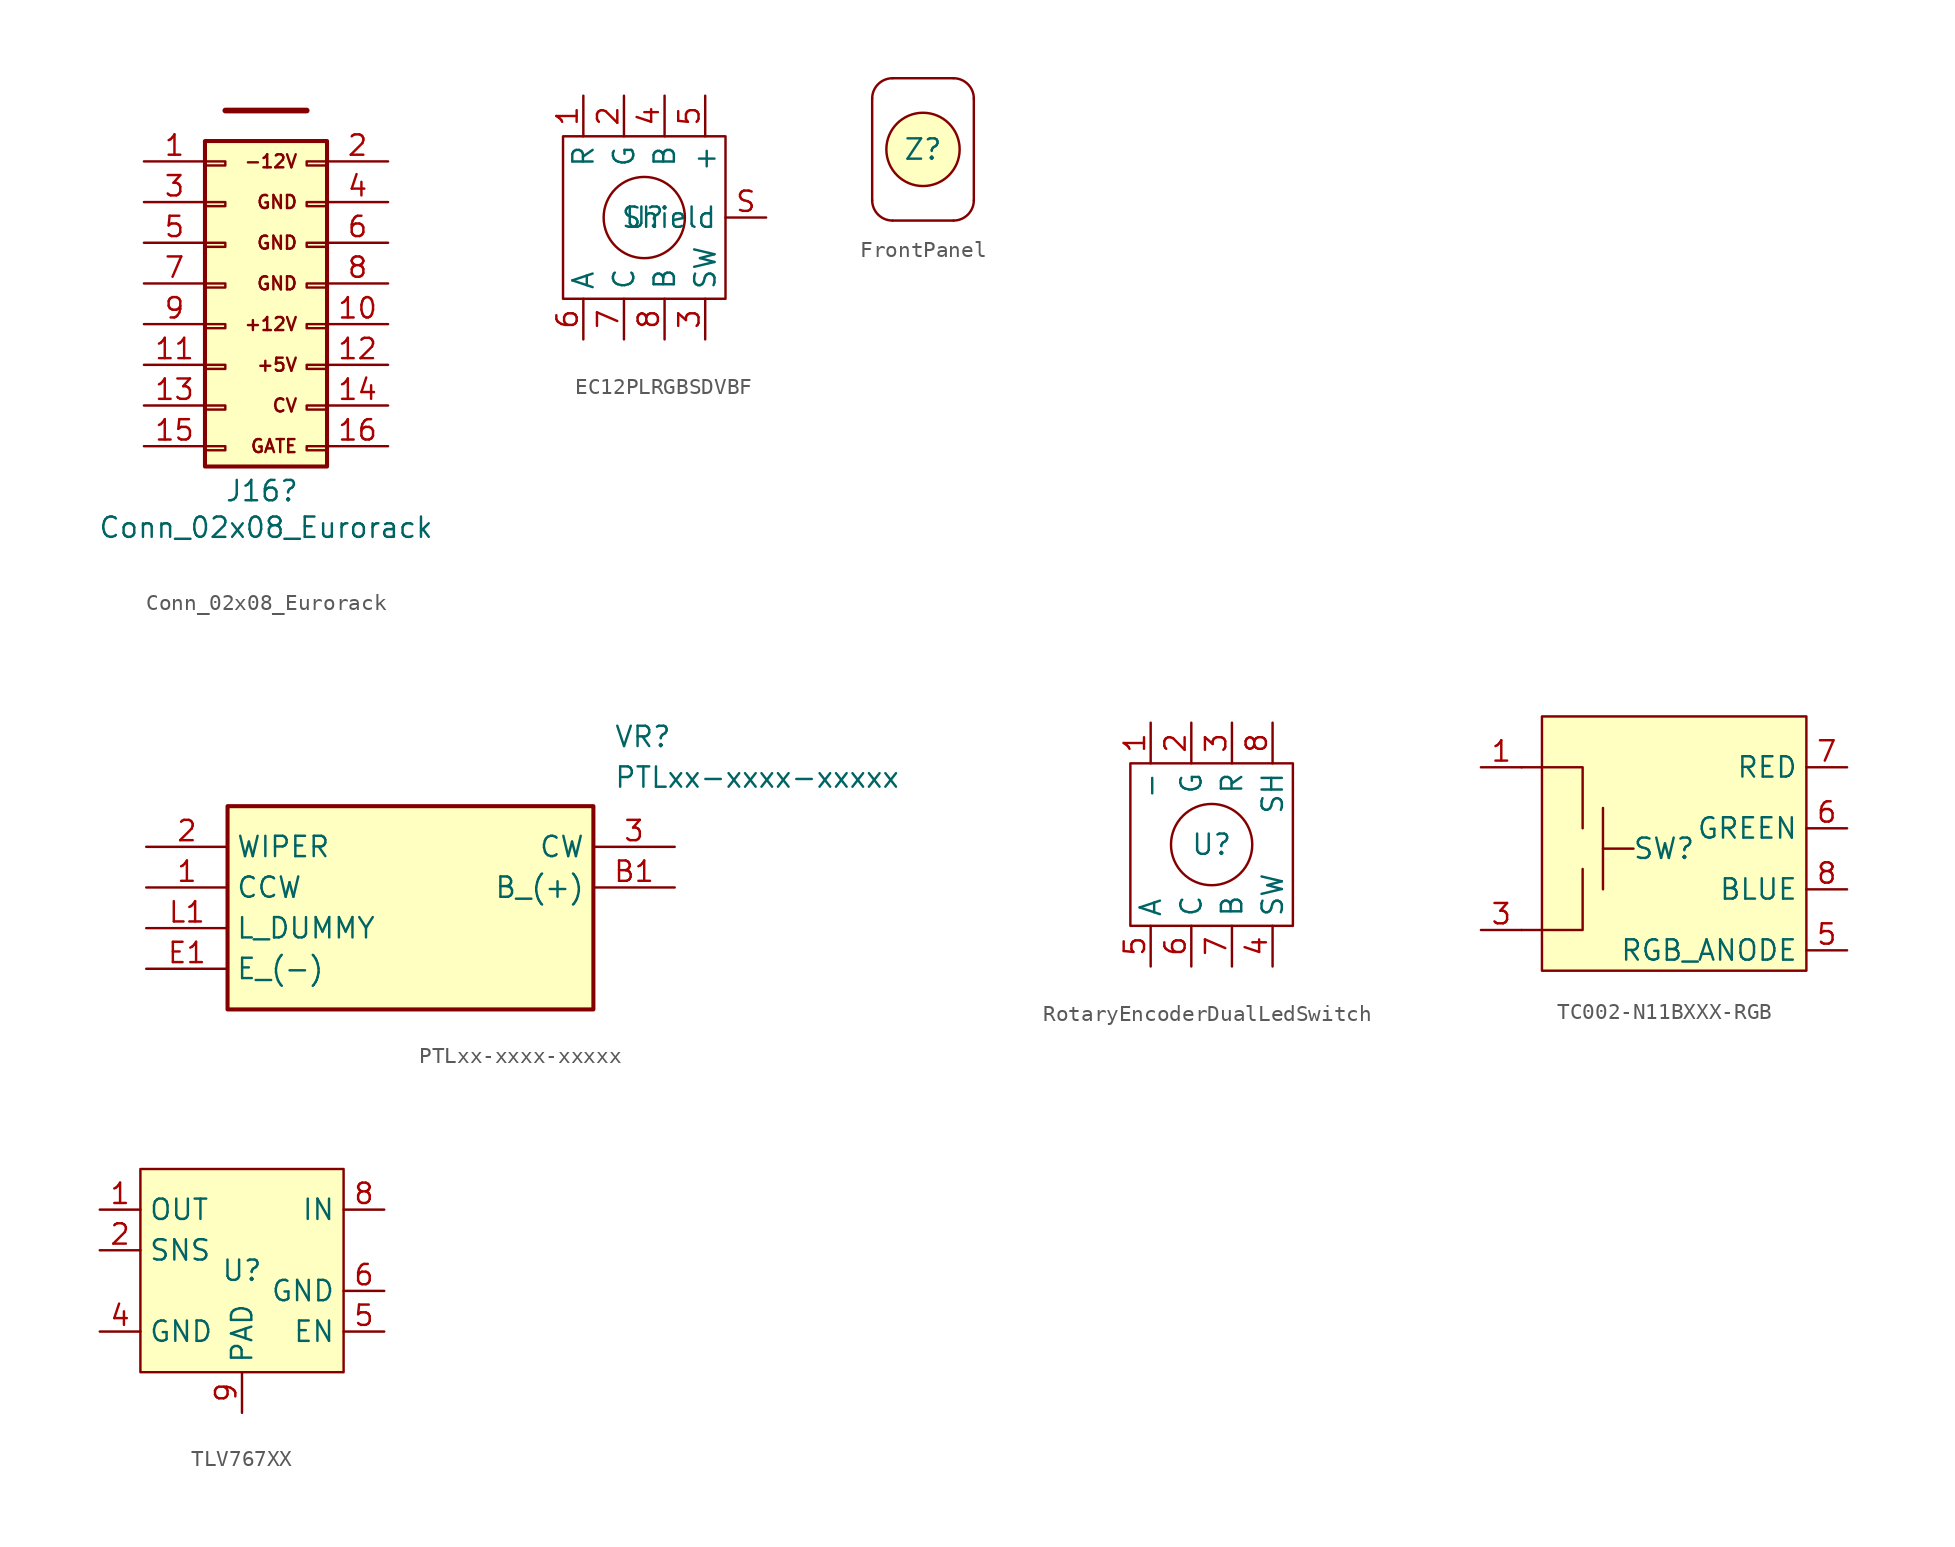
<source format=kicad_sym>
(kicad_symbol_lib
  (version 20231120)
  (generator "kicad_symbol_editor")
  (generator_version "8.0")
  (symbol "Conn_02x08_Eurorack"
    (pin_names
      (offset 1.016) hide)
    (property "Reference" "J16"
      (at 1.016 -12.954 0)
      (effects (font (size 1.27 1.27))))
    (property "Value" "Conn_02x08_Eurorack"
      (at 1.27 -15.24 0)
      (effects (font (size 1.27 1.27))))
    (symbol "Conn_02x08_Eurorack_1_1"
      (rectangle (start -2.54 -10.16) (end -1.27 -10.414) (stroke (width 0.152) (type default)) (fill (type none)))
      (rectangle (start -2.54 -7.62) (end -1.27 -7.874) (stroke (width 0.152) (type default)) (fill (type none)))
      (rectangle (start -2.54 -5.08) (end -1.27 -5.334) (stroke (width 0.152) (type default)) (fill (type none)))
      (rectangle (start -2.54 -2.54) (end -1.27 -2.794) (stroke (width 0.152) (type default)) (fill (type none)))
      (rectangle (start -2.54 0) (end -1.27 -0.254) (stroke (width 0.152) (type default)) (fill (type none)))
      (rectangle (start -2.54 2.54) (end -1.27 2.286) (stroke (width 0.152) (type default)) (fill (type none)))
      (rectangle (start -2.54 5.08) (end -1.27 4.826) (stroke (width 0.152) (type default)) (fill (type none)))
      (rectangle (start -2.54 7.62) (end -1.27 7.366) (stroke (width 0.152) (type default)) (fill (type none)))
      (rectangle (start -2.54 8.89) (end 5.08 -11.43) (stroke (width 0.254) (type default)) (fill (type background)))
      (polyline (pts (xy -1.27 10.795) (xy 3.81 10.795)) (stroke (width 0.356) (type default)) (fill (type none)))
      (rectangle (start 5.08 -10.16) (end 3.81 -10.414) (stroke (width 0.152) (type default)) (fill (type none)))
      (rectangle (start 5.08 -7.62) (end 3.81 -7.874) (stroke (width 0.152) (type default)) (fill (type none)))
      (rectangle (start 5.08 -5.08) (end 3.81 -5.334) (stroke (width 0.152) (type default)) (fill (type none)))
      (rectangle (start 5.08 -2.54) (end 3.81 -2.794) (stroke (width 0.152) (type default)) (fill (type none)))
      (rectangle (start 5.08 0) (end 3.81 -0.254) (stroke (width 0.152) (type default)) (fill (type none)))
      (rectangle (start 5.08 2.54) (end 3.81 2.286) (stroke (width 0.152) (type default)) (fill (type none)))
      (rectangle (start 5.08 5.08) (end 3.81 4.826) (stroke (width 0.152) (type default)) (fill (type none)))
      (rectangle (start 5.08 7.62) (end 3.81 7.366) (stroke (width 0.152) (type default)) (fill (type none)))
      (text "+12V" (at 3.302 -2.54 0) (effects (font (size 0.813 0.813)) (justify right)))
      (text "+5V" (at 3.302 -5.08 0) (effects (font (size 0.813 0.813)) (justify right)))
      (text "-12V" (at 3.302 7.62 0) (effects (font (size 0.813 0.813)) (justify right)))
      (text "CV" (at 3.302 -7.62 0) (effects (font (size 0.813 0.813)) (justify right)))
      (text "GATE" (at 3.302 -10.16 0) (effects (font (size 0.813 0.813)) (justify right)))
      (text "GND" (at 3.302 0 0) (effects (font (size 0.813 0.813)) (justify right)))
      (text "GND" (at 3.302 2.54 0) (effects (font (size 0.813 0.813)) (justify right)))
      (text "GND" (at 3.302 5.08 0) (effects (font (size 0.813 0.813)) (justify right)))
      (pin passive line (at -6.35 7.62 0) (length 3.81) (name "Pin_1" (effects (font (size 1.27 1.27)))) (number "1" (effects (font (size 1.27 1.27)))))
      (pin passive line (at 8.89 -2.54 180) (length 3.81) (name "Pin_10" (effects (font (size 1.27 1.27)))) (number "10" (effects (font (size 1.27 1.27)))))
      (pin passive line (at -6.35 -5.08 0) (length 3.81) (name "Pin_11" (effects (font (size 1.27 1.27)))) (number "11" (effects (font (size 1.27 1.27)))))
      (pin passive line (at 8.89 -5.08 180) (length 3.81) (name "Pin_12" (effects (font (size 1.27 1.27)))) (number "12" (effects (font (size 1.27 1.27)))))
      (pin passive line (at -6.35 -7.62 0) (length 3.81) (name "Pin_13" (effects (font (size 1.27 1.27)))) (number "13" (effects (font (size 1.27 1.27)))))
      (pin passive line (at 8.89 -7.62 180) (length 3.81) (name "Pin_14" (effects (font (size 1.27 1.27)))) (number "14" (effects (font (size 1.27 1.27)))))
      (pin passive line (at -6.35 -10.16 0) (length 3.81) (name "Pin_15" (effects (font (size 1.27 1.27)))) (number "15" (effects (font (size 1.27 1.27)))))
      (pin passive line (at 8.89 -10.16 180) (length 3.81) (name "Pin_16" (effects (font (size 1.27 1.27)))) (number "16" (effects (font (size 1.27 1.27)))))
      (pin passive line (at 8.89 7.62 180) (length 3.81) (name "Pin_2" (effects (font (size 1.27 1.27)))) (number "2" (effects (font (size 1.27 1.27)))))
      (pin passive line (at -6.35 5.08 0) (length 3.81) (name "Pin_3" (effects (font (size 1.27 1.27)))) (number "3" (effects (font (size 1.27 1.27)))))
      (pin passive line (at 8.89 5.08 180) (length 3.81) (name "Pin_4" (effects (font (size 1.27 1.27)))) (number "4" (effects (font (size 1.27 1.27)))))
      (pin passive line (at -6.35 2.54 0) (length 3.81) (name "Pin_5" (effects (font (size 1.27 1.27)))) (number "5" (effects (font (size 1.27 1.27)))))
      (pin passive line (at 8.89 2.54 180) (length 3.81) (name "Pin_6" (effects (font (size 1.27 1.27)))) (number "6" (effects (font (size 1.27 1.27)))))
      (pin passive line (at -6.35 0 0) (length 3.81) (name "Pin_7" (effects (font (size 1.27 1.27)))) (number "7" (effects (font (size 1.27 1.27)))))
      (pin passive line (at 8.89 0 180) (length 3.81) (name "Pin_8" (effects (font (size 1.27 1.27)))) (number "8" (effects (font (size 1.27 1.27)))))
      (pin passive line (at -6.35 -2.54 0) (length 3.81) (name "Pin_9" (effects (font (size 1.27 1.27)))) (number "9" (effects (font (size 1.27 1.27)))))))
  (symbol "EC12PLRGBSDVBF"
    (property "Reference" "U"
      (at 0 0 0)
      (effects (font (size 1.27 1.27))))
    (property "Value" ""
      (at 0 0 0)
      (effects (font (size 1.27 1.27))))
    (symbol "EC12PLRGBSDVBF_0_1"
      (rectangle (start -5.08 5.08) (end 5.08 -5.08) (stroke (width 0) (type default)) (fill (type none)))
      (circle (center 0 0) (radius 2.54) (stroke (width 0) (type default)) (fill (type none))))
    (symbol "EC12PLRGBSDVBF_1_1"
      (pin input line (at -3.81 7.62 270) (length 2.54) (name "R" (effects (font (size 1.27 1.27)))) (number "1" (effects (font (size 1.27 1.27)))))
      (pin input line (at -1.27 7.62 270) (length 2.54) (name "G" (effects (font (size 1.27 1.27)))) (number "2" (effects (font (size 1.27 1.27)))))
      (pin output line (at 3.81 -7.62 90) (length 2.54) (name "SW" (effects (font (size 1.27 1.27)))) (number "3" (effects (font (size 1.27 1.27)))))
      (pin input line (at 1.27 7.62 270) (length 2.54) (name "B" (effects (font (size 1.27 1.27)))) (number "4" (effects (font (size 1.27 1.27)))))
      (pin input line (at 3.81 7.62 270) (length 2.54) (name "+" (effects (font (size 1.27 1.27)))) (number "5" (effects (font (size 1.27 1.27)))))
      (pin output line (at -3.81 -7.62 90) (length 2.54) (name "A" (effects (font (size 1.27 1.27)))) (number "6" (effects (font (size 1.27 1.27)))))
      (pin output line (at -1.27 -7.62 90) (length 2.54) (name "C" (effects (font (size 1.27 1.27)))) (number "7" (effects (font (size 1.27 1.27)))))
      (pin output line (at 1.27 -7.62 90) (length 2.54) (name "B" (effects (font (size 1.27 1.27)))) (number "8" (effects (font (size 1.27 1.27)))))
      (pin passive line (at 7.62 0 180) (length 2.54) (name "Shield" (effects (font (size 1.27 1.27)))) (number "S" (effects (font (size 1.27 1.27)))))))
  (symbol "FrontPanel"
    (property "Reference" "Z"
      (at 0 0 0)
      (effects (font (size 1.27 1.27))))
    (property "Value" ""
      (at 1.27 0.635 0)
      (effects (font (size 1.27 1.27))))
    (symbol "FrontPanel_1_1"
      (arc (start -3.175 -3.175) (mid -2.803 -4.073) (end -1.905 -4.445) (stroke (width 0) (type default)) (fill (type none)))
      (arc (start -1.905 4.445) (mid -2.803 4.073) (end -3.175 3.175) (stroke (width 0) (type default)) (fill (type none)))
      (polyline (pts (xy -3.175 3.175) (xy -3.175 -3.175)) (stroke (width 0) (type default)) (fill (type none)))
      (polyline (pts (xy -1.905 -4.445) (xy 1.905 -4.445)) (stroke (width 0) (type default)) (fill (type none)))
      (polyline (pts (xy -1.905 4.445) (xy 1.905 4.445)) (stroke (width 0) (type default)) (fill (type none)))
      (polyline (pts (xy 3.175 3.175) (xy 3.175 -3.175)) (stroke (width 0) (type default)) (fill (type none)))
      (circle (center 0 0) (radius 2.289) (stroke (width 0) (type default)) (fill (type background)))
      (arc (start 1.905 -4.445) (mid 2.803 -4.073) (end 3.175 -3.175) (stroke (width 0) (type default)) (fill (type none)))
      (arc (start 3.175 3.175) (mid 2.803 4.073) (end 1.905 4.445) (stroke (width 0) (type default)) (fill (type none)))))
  (symbol "PTLxx-xxxx-xxxxx"
    (property "Reference" "VR"
      (at 29.21 7.62 0)
      (effects (font (size 1.27 1.27)) (justify left top)))
    (property "Value" "PTLxx-xxxx-xxxxx"
      (at 29.21 5.08 0)
      (effects (font (size 1.27 1.27)) (justify left top)))
    (symbol "PTLxx-xxxx-xxxxx_1_1"
      (rectangle (start 5.08 2.54) (end 27.94 -10.16) (stroke (width 0.254) (type default)) (fill (type background)))
      (pin passive line (at 0 -2.54 0) (length 5.08) (name "CCW" (effects (font (size 1.27 1.27)))) (number "1" (effects (font (size 1.27 1.27)))))
      (pin passive line (at 0 0 0) (length 5.08) (name "WIPER" (effects (font (size 1.27 1.27)))) (number "2" (effects (font (size 1.27 1.27)))))
      (pin passive line (at 33.02 0 180) (length 5.08) (name "CW" (effects (font (size 1.27 1.27)))) (number "3" (effects (font (size 1.27 1.27)))))
      (pin passive line (at 33.02 -2.54 180) (length 5.08) (name "B_(+)" (effects (font (size 1.27 1.27)))) (number "B1" (effects (font (size 1.27 1.27)))))
      (pin passive line (at 0 -7.62 0) (length 5.08) (name "E_(-)" (effects (font (size 1.27 1.27)))) (number "E1" (effects (font (size 1.27 1.27)))))
      (pin passive line (at 0 -5.08 0) (length 5.08) (name "L_DUMMY" (effects (font (size 1.27 1.27)))) (number "L1" (effects (font (size 1.27 1.27)))))))
  (symbol "RotaryEncoderDualLedSwitch"
    (property "Reference" "U"
      (at 0 0 0)
      (effects (font (size 1.27 1.27))))
    (property "Value" ""
      (at 0 0 0)
      (effects (font (size 1.27 1.27))))
    (symbol "RotaryEncoderDualLedSwitch_0_1"
      (rectangle (start -5.08 5.08) (end 5.08 -5.08) (stroke (width 0) (type default)) (fill (type none)))
      (circle (center 0 0) (radius 2.54) (stroke (width 0) (type default)) (fill (type none))))
    (symbol "RotaryEncoderDualLedSwitch_1_1"
      (pin input line (at -3.81 7.62 270) (length 2.54) (name "-" (effects (font (size 1.27 1.27)))) (number "1" (effects (font (size 1.27 1.27)))))
      (pin input line (at -1.27 7.62 270) (length 2.54) (name "G" (effects (font (size 1.27 1.27)))) (number "2" (effects (font (size 1.27 1.27)))))
      (pin input line (at 1.27 7.62 270) (length 2.54) (name "R" (effects (font (size 1.27 1.27)))) (number "3" (effects (font (size 1.27 1.27)))))
      (pin output line (at 3.81 -7.62 90) (length 2.54) (name "SW" (effects (font (size 1.27 1.27)))) (number "4" (effects (font (size 1.27 1.27)))))
      (pin output line (at -3.81 -7.62 90) (length 2.54) (name "A" (effects (font (size 1.27 1.27)))) (number "5" (effects (font (size 1.27 1.27)))))
      (pin output line (at -1.27 -7.62 90) (length 2.54) (name "C" (effects (font (size 1.27 1.27)))) (number "6" (effects (font (size 1.27 1.27)))))
      (pin output line (at 1.27 -7.62 90) (length 2.54) (name "B" (effects (font (size 1.27 1.27)))) (number "7" (effects (font (size 1.27 1.27)))))
      (pin passive line (at 3.81 7.62 270) (length 2.54) (name "SH" (effects (font (size 1.27 1.27)))) (number "8" (effects (font (size 1.27 1.27)))))))
  (symbol "TC002-N11BXXX-RGB"
    (property "Reference" "SW"
      (at 0 0 0)
      (effects (font (size 1.27 1.27))))
    (property "Value" ""
      (at 0 0 0)
      (effects (font (size 1.27 1.27))))
    (symbol "TC002-N11BXXX-RGB_0_1"
      (polyline (pts (xy -3.81 0) (xy -1.905 0)) (stroke (width 0) (type default)) (fill (type none)))
      (polyline (pts (xy -3.81 2.54) (xy -3.81 -2.54)) (stroke (width 0) (type default)) (fill (type none)))
      (polyline (pts (xy -8.89 -5.08) (xy -5.08 -5.08) (xy -5.08 -1.27)) (stroke (width 0) (type default)) (fill (type none)))
      (polyline (pts (xy -8.89 5.08) (xy -5.08 5.08) (xy -5.08 1.27)) (stroke (width 0) (type default)) (fill (type none))))
    (symbol "TC002-N11BXXX-RGB_1_1"
      (rectangle (start -7.62 8.255) (end 8.89 -7.62) (stroke (width 0) (type default)) (fill (type background)))
      (pin passive line (at -11.43 5.08 0) (length 2.54) (name "" (effects (font (size 1.27 1.27)))) (number "1" (effects (font (size 1.27 1.27)))))
      (pin passive line (at -11.43 5.08 0) (length 2.54) hide (name "" (effects (font (size 1.27 1.27)))) (number "2" (effects (font (size 1.27 1.27)))))
      (pin passive line (at -11.43 -5.08 0) (length 2.54) (name "" (effects (font (size 1.27 1.27)))) (number "3" (effects (font (size 1.27 1.27)))))
      (pin passive line (at -11.43 -5.08 0) (length 2.54) hide (name "" (effects (font (size 1.27 1.27)))) (number "4" (effects (font (size 1.27 1.27)))))
      (pin output line (at 11.43 -6.35 180) (length 2.54) (name "RGB_ANODE" (effects (font (size 1.27 1.27)))) (number "5" (effects (font (size 1.27 1.27)))))
      (pin input line (at 11.43 1.27 180) (length 2.54) (name "GREEN" (effects (font (size 1.27 1.27)))) (number "6" (effects (font (size 1.27 1.27)))))
      (pin input line (at 11.43 5.08 180) (length 2.54) (name "RED" (effects (font (size 1.27 1.27)))) (number "7" (effects (font (size 1.27 1.27)))))
      (pin input line (at 11.43 -2.54 180) (length 2.54) (name "BLUE" (effects (font (size 1.27 1.27)))) (number "8" (effects (font (size 1.27 1.27)))))))
  (symbol "TLV767XX"
    (property "Reference" "U"
      (at 0 0 0)
      (effects (font (size 1.27 1.27))))
    (property "Value" ""
      (at 0 0 0)
      (effects (font (size 1.27 1.27))))
    (symbol "TLV767XX_1_1"
      (rectangle (start -6.35 6.35) (end 6.35 -6.35) (stroke (width 0) (type default)) (fill (type background)))
      (pin power_out line (at -8.89 3.81 0) (length 2.54) (name "OUT" (effects (font (size 1.27 1.27)))) (number "1" (effects (font (size 1.27 1.27)))))
      (pin input line (at -8.89 1.27 0) (length 2.54) (name "SNS" (effects (font (size 1.27 1.27)))) (number "2" (effects (font (size 1.27 1.27)))))
      (pin no_connect line (at -8.89 -1.27 0) (length 2.54) hide (name "" (effects (font (size 1.27 1.27)))) (number "3" (effects (font (size 1.27 1.27)))))
      (pin power_in line (at -8.89 -3.81 0) (length 2.54) (name "GND" (effects (font (size 1.27 1.27)))) (number "4" (effects (font (size 1.27 1.27)))))
      (pin input line (at 8.89 -3.81 180) (length 2.54) (name "EN" (effects (font (size 1.27 1.27)))) (number "5" (effects (font (size 1.27 1.27)))))
      (pin power_in line (at 8.89 -1.27 180) (length 2.54) (name "GND" (effects (font (size 1.27 1.27)))) (number "6" (effects (font (size 1.27 1.27)))))
      (pin no_connect line (at 8.89 1.27 180) (length 2.54) hide (name "" (effects (font (size 1.27 1.27)))) (number "7" (effects (font (size 1.27 1.27)))))
      (pin power_in line (at 8.89 3.81 180) (length 2.54) (name "IN" (effects (font (size 1.27 1.27)))) (number "8" (effects (font (size 1.27 1.27)))))
      (pin passive line (at 0 -8.89 90) (length 2.54) (name "PAD" (effects (font (size 1.27 1.27)))) (number "9" (effects (font (size 1.27 1.27))))))))
</source>
